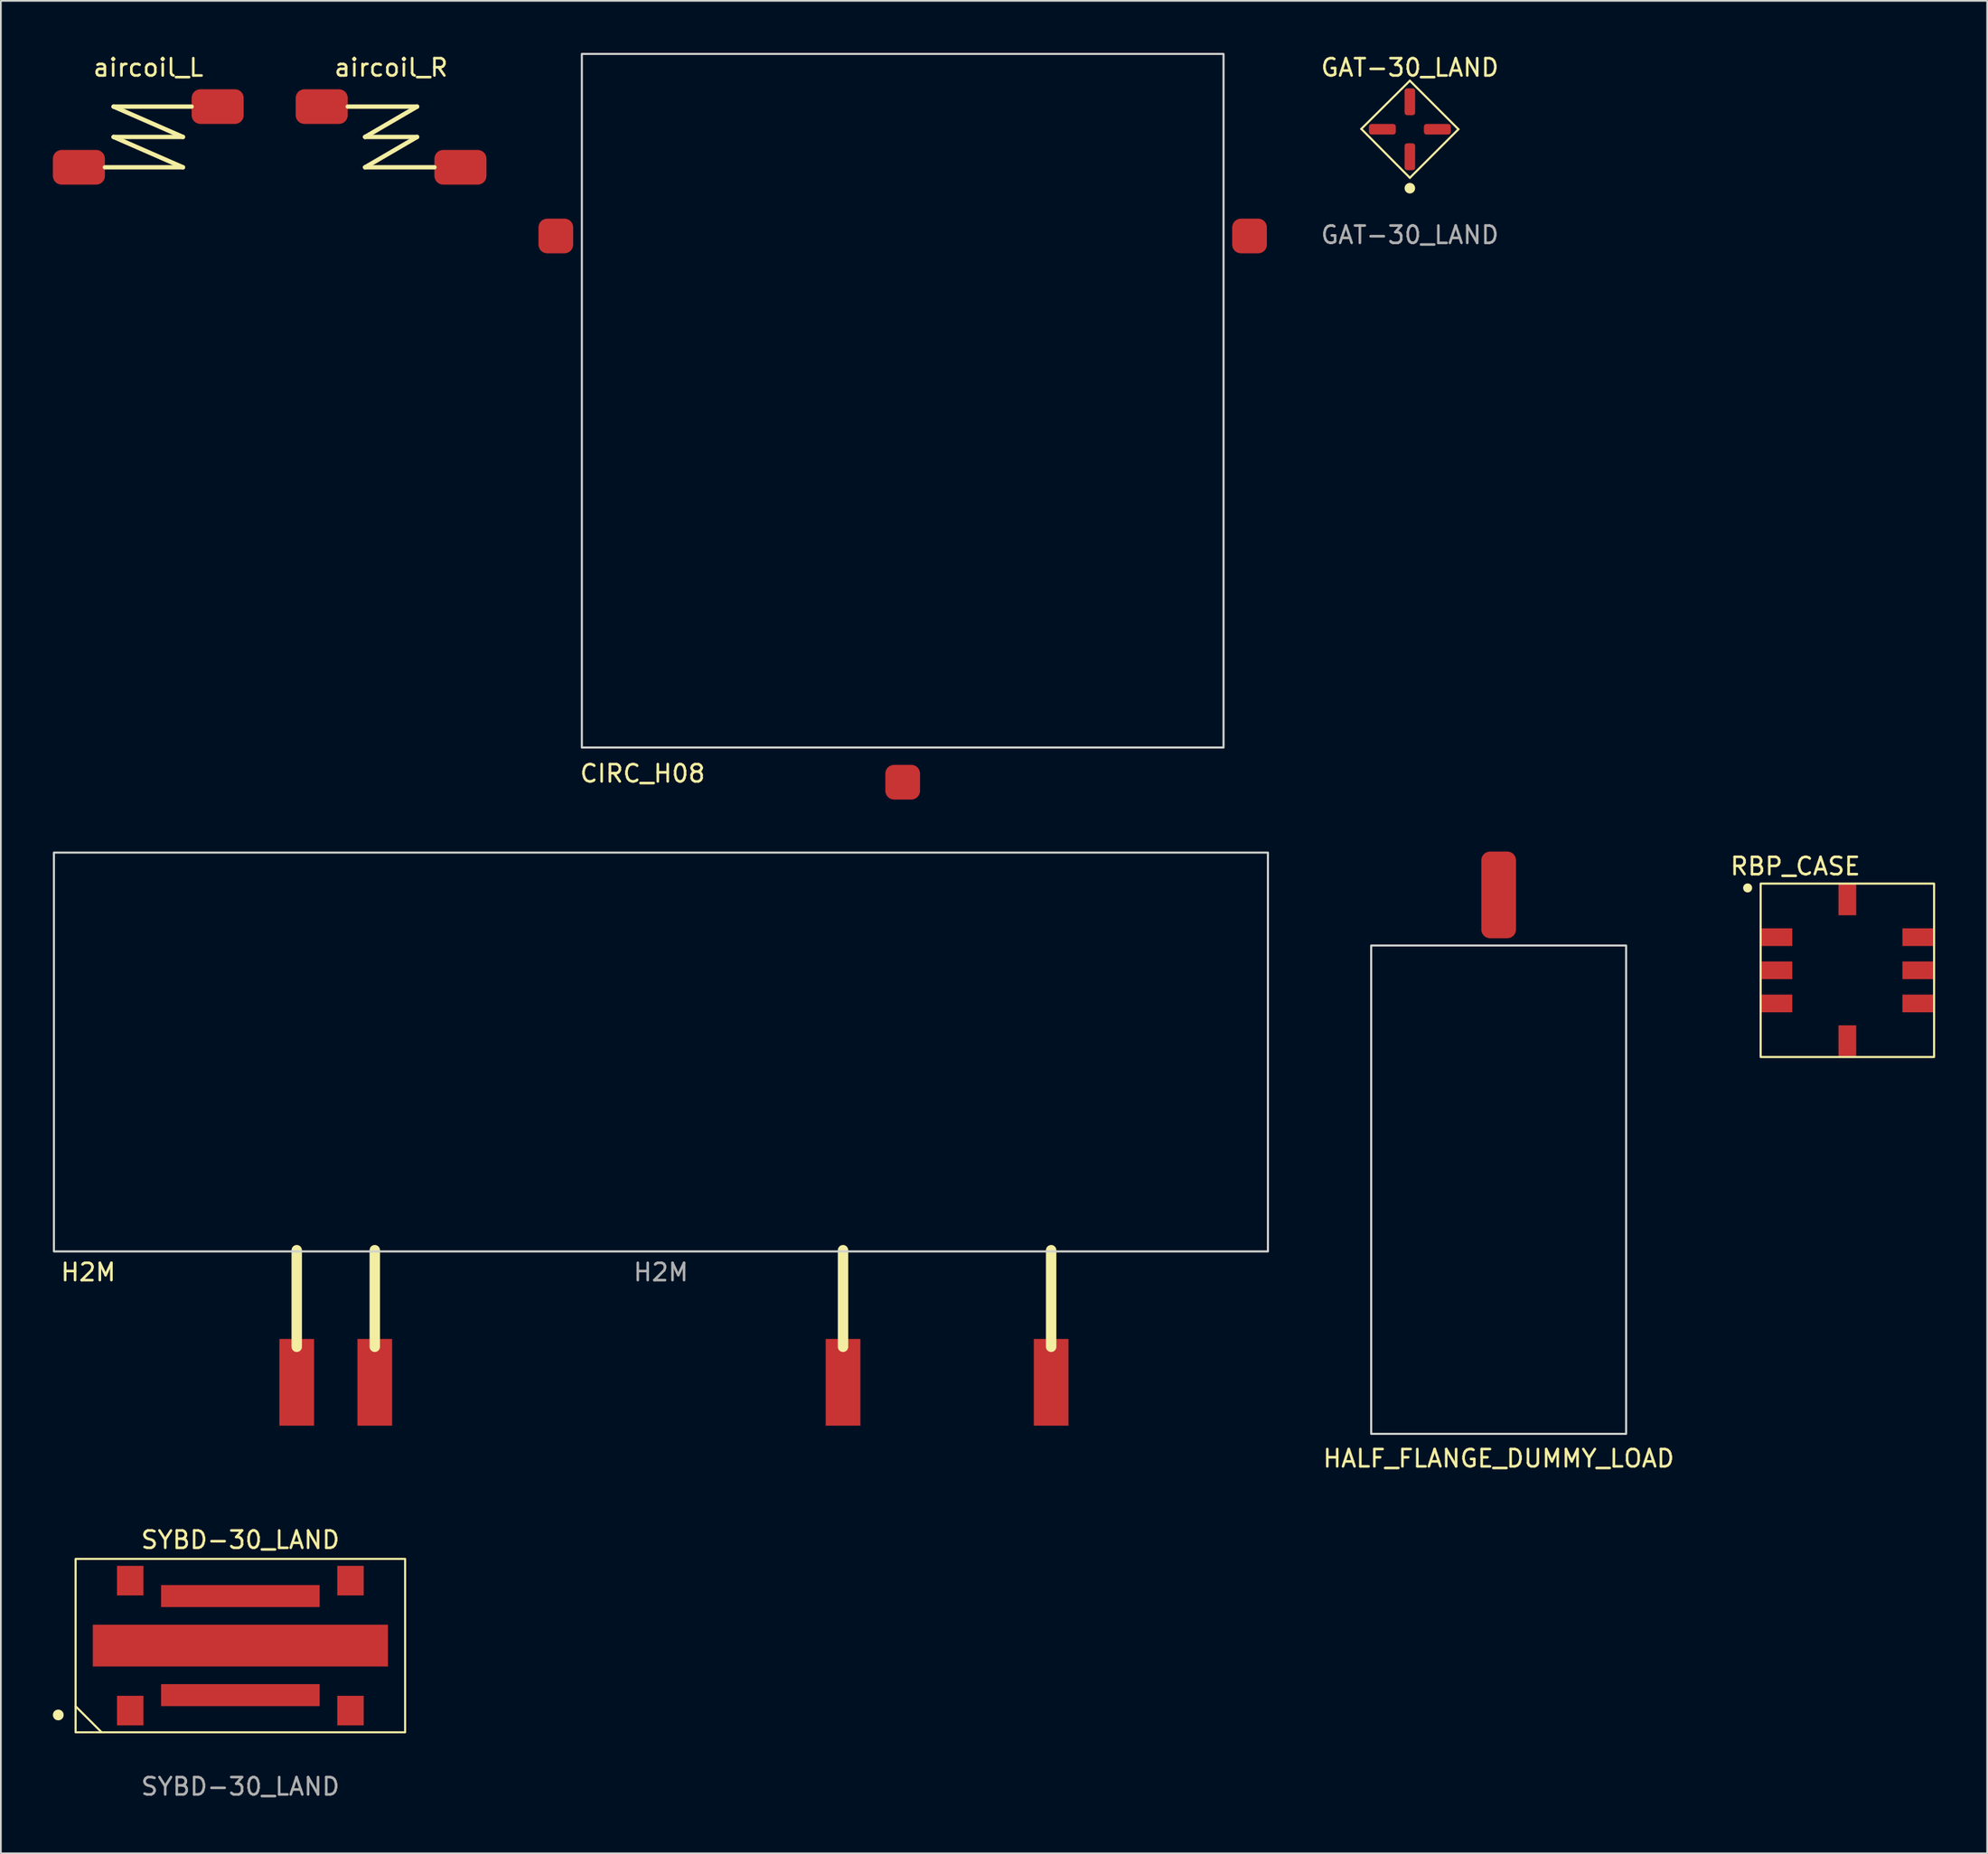
<source format=kicad_pcb>
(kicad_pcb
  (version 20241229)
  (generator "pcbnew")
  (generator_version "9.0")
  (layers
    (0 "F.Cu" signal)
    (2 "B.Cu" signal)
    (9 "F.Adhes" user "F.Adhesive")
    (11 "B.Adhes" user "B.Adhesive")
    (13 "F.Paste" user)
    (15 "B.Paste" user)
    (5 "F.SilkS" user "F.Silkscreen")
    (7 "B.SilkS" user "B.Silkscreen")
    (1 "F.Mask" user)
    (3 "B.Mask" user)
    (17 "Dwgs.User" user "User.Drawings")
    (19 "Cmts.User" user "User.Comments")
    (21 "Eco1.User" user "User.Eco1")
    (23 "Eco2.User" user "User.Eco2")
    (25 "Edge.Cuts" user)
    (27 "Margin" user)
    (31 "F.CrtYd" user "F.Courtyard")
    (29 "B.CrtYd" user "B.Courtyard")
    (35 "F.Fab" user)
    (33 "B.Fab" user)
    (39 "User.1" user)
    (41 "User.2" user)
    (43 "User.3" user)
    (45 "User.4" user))
  (footprint "aircoil_R"
    (layer "F.Cu")
    (at 19.5 4.848)
    (property "Reference" "aircoil_R" (at 0 -4 0) (unlocked yes) (layer "F.SilkS") (effects (font (size 1 1) (thickness 0.15))))
    (attr smd)
    (fp_line (start -2.5 -1.75) (end 1.5 -1.75) (stroke (width 0.25) (type default)) (layer "F.SilkS"))
    (fp_line (start -1.5 0) (end 1.5 0) (stroke (width 0.25) (type default)) (layer "F.SilkS"))
    (fp_line (start -1.5 1.75) (end 2.5 1.75) (stroke (width 0.25) (type default)) (layer "F.SilkS"))
    (fp_line (start 1.5 -1.75) (end -1.5 0) (stroke (width 0.25) (type default)) (layer "F.SilkS"))
    (fp_line (start 1.5 0) (end -1.5 1.75) (stroke (width 0.25) (type default)) (layer "F.SilkS"))
    (pad "1" smd roundrect (at -4 -1.75) (size 3 2) (layers "F.Cu" "F.Mask" "F.Paste") (roundrect_rratio 0.25))
    (pad "2" smd roundrect (at 4 1.75) (size 3 2) (layers "F.Cu" "F.Mask" "F.Paste") (roundrect_rratio 0.25)))
  (footprint "GAT-30_LAND"
    (layer "F.Cu")
    (at 78.244 4.404)
    (property "Reference" "GAT-30_LAND" (at 0 -3.556 0) (unlocked yes) (layer "F.SilkS") (effects (font (size 1 1) (thickness 0.15))))
    (attr smd)
    (fp_line (start -2.8 -0.02) (end 0 -2.8) (stroke (width 0.12) (type default)) (layer "F.SilkS"))
    (fp_line (start -2.8 -0.02) (end 0 2.8) (stroke (width 0.12) (type default)) (layer "F.SilkS"))
    (fp_line (start 0 -2.8) (end 2.8 0) (stroke (width 0.12) (type default)) (layer "F.SilkS"))
    (fp_line (start 0 2.8) (end 2.8 0) (stroke (width 0.12) (type default)) (layer "F.SilkS"))
    (fp_circle (center 0 3.4) (end 0.254 3.4) (stroke (width 0.1) (type solid)) (fill yes) (layer "F.SilkS"))
    (fp_text user "${REFERENCE}" (at 0 6.096 0) (unlocked yes) (layer "F.Fab") (effects (font (size 1 1) (thickness 0.15))))
    (pad "1" smd roundrect (at 0 1.585 270) (size 1.55 0.61) (layers "F.Cu" "F.Mask" "F.Paste") (roundrect_rratio 0.25))
    (pad "2" smd roundrect (at 1.585 0 180) (size 1.55 0.61) (layers "F.Cu" "F.Mask" "F.Paste") (roundrect_rratio 0.25))
    (pad "3" smd roundrect (at 0 -1.585 270) (size 1.55 0.61) (layers "F.Cu" "F.Mask" "F.Paste") (roundrect_rratio 0.25))
    (pad "4" smd roundrect (at -1.585 0 180) (size 1.55 0.61) (layers "F.Cu" "F.Mask" "F.Paste") (roundrect_rratio 0.25)))
  (footprint "H2M"
    (layer "F.Cu")
    (at 35.06 57.62)
    (property "Reference" "H2M" (at -33.02 12.7 0) (unlocked yes) (layer "F.SilkS") (effects (font (size 1 1) (thickness 0.15))))
    (attr smd)
    (fp_line (start -21 11.43) (end -21 17) (stroke (width 0.6) (type default)) (layer "F.SilkS"))
    (fp_line (start -16.5 11.43) (end -16.5 17) (stroke (width 0.6) (type default)) (layer "F.SilkS"))
    (fp_line (start 10.5 11.43) (end 10.5 17) (stroke (width 0.6) (type default)) (layer "F.SilkS"))
    (fp_line (start 22.5 11.43) (end 22.5 17) (stroke (width 0.6) (type default)) (layer "F.SilkS"))
    (fp_rect (start -35 -11.5) (end 35 11.5) (stroke (width 0.12) (type default)) (fill no) (layer "Edge.Cuts"))
    (fp_text user "${REFERENCE}" (at 0 12.7 0) (unlocked yes) (layer "F.Fab") (effects (font (size 1 1) (thickness 0.15))))
    (pad "1" smd rect (at -21 19.05 90) (size 5 2) (layers "F.Cu" "F.Mask"))
    (pad "2" smd rect (at -16.5 19.05 90) (size 5 2) (layers "F.Cu" "F.Mask"))
    (pad "3" smd rect (at 10.5 19.05 90) (size 5 2) (layers "F.Cu" "F.Mask"))
    (pad "4" smd rect (at 22.5 19.05 90) (size 5 2) (layers "F.Cu" "F.Mask")))
  (footprint "CIRC_H08"
    (layer "F.Cu")
    (at 49 20.06)
    (property "Reference" "CIRC_H08" (at -15 21.5 0) (unlocked yes) (layer "F.SilkS") (effects (font (size 1 1) (thickness 0.15))))
    (attr smd)
    (fp_rect (start 18.5 -20) (end -18.5 20) (stroke (width 0.12) (type default)) (fill no) (layer "Edge.Cuts"))
    (pad "1" smd roundrect (at -20 -9.5) (size 2 2) (layers "F.Cu" "F.Mask" "F.Paste") (roundrect_rratio 0.25))
    (pad "2" smd roundrect (at 20 -9.5) (size 2 2) (layers "F.Cu" "F.Mask" "F.Paste") (roundrect_rratio 0.25))
    (pad "3" smd roundrect (at 0 22 90) (size 2 2) (layers "F.Cu" "F.Mask" "F.Paste") (roundrect_rratio 0.25)))
  (footprint "HALF_FLANGE_DUMMY_LOAD"
    (layer "F.Cu")
    (at 83.364 65.56)
    (property "Reference" "HALF_FLANGE_DUMMY_LOAD" (at 0 15.5 0) (unlocked yes) (layer "F.SilkS") (effects (font (size 1 1) (thickness 0.15))))
    (attr smd)
    (fp_rect (start -7.35 -14.081) (end 7.35 14.081) (stroke (width 0.12) (type default)) (fill no) (layer "Edge.Cuts"))
    (pad "1" smd roundrect (at 0 -17 90) (size 5 2) (layers "F.Cu" "F.Mask" "F.Paste") (roundrect_rratio 0.25)))
  (footprint "RBP_CASE"
    (layer "F.Cu")
    (at 103.471 52.908)
    (property "Reference" "RBP_CASE" (at -3 -6 0) (unlocked yes) (layer "F.SilkS") (effects (font (size 1 1) (thickness 0.15))))
    (attr smd)
    (fp_rect (start -5 -5) (end 5 5) (stroke (width 0.12) (type default)) (fill no) (layer "F.SilkS"))
    (fp_circle (center -5.75 -4.75) (end -5.55 -4.75) (stroke (width 0.12) (type solid)) (fill yes) (layer "F.SilkS"))
    (pad "1" smd rect (at -4.065 -1.91) (size 1.78 1.02) (layers "F.Cu" "F.Mask" "F.Paste"))
    (pad "2" smd rect (at -4.065 0) (size 1.78 1.02) (layers "F.Cu" "F.Mask" "F.Paste"))
    (pad "3" smd rect (at -4.065 1.91) (size 1.78 1.02) (layers "F.Cu" "F.Mask" "F.Paste"))
    (pad "4" smd rect (at 0 4.065 90) (size 1.78 1.02) (layers "F.Cu" "F.Mask" "F.Paste"))
    (pad "5" smd rect (at 4.065 1.91 180) (size 1.78 1.02) (layers "F.Cu" "F.Mask" "F.Paste"))
    (pad "6" smd rect (at 4.065 0 180) (size 1.78 1.02) (layers "F.Cu" "F.Mask" "F.Paste"))
    (pad "7" smd rect (at 4.065 -1.91 180) (size 1.78 1.02) (layers "F.Cu" "F.Mask" "F.Paste"))
    (pad "8" smd rect (at 0 -4.065 270) (size 1.78 1.02) (layers "F.Cu" "F.Mask" "F.Paste")))
  (footprint "aircoil_L"
    (layer "F.Cu")
    (at 5.5 4.848)
    (property "Reference" "aircoil_L" (at 0 -4 0) (unlocked yes) (layer "F.SilkS") (effects (font (size 1 1) (thickness 0.15))))
    (attr smd)
    (fp_line (start -2.5 1.75) (end 2 1.75) (stroke (width 0.25) (type default)) (layer "F.SilkS"))
    (fp_line (start -2 -1.75) (end 2.5 -1.75) (stroke (width 0.25) (type default)) (layer "F.SilkS"))
    (fp_line (start -2 0) (end 2 0) (stroke (width 0.25) (type default)) (layer "F.SilkS"))
    (fp_line (start 2 0) (end -2 -1.75) (stroke (width 0.25) (type default)) (layer "F.SilkS"))
    (fp_line (start 2 1.75) (end -2 0) (stroke (width 0.25) (type default)) (layer "F.SilkS"))
    (pad "1" smd roundrect (at -4 1.75) (size 3 2) (layers "F.Cu" "F.Mask" "F.Paste") (roundrect_rratio 0.25))
    (pad "2" smd roundrect (at 4 -1.75) (size 3 2) (layers "F.Cu" "F.Mask" "F.Paste") (roundrect_rratio 0.25)))
  (footprint "SYBD-30_LAND"
    (layer "F.Cu")
    (at 10.81 91.853)
    (property "Reference" "SYBD-30_LAND" (at 0 -6.096 0) (unlocked yes) (layer "F.SilkS") (effects (font (size 1 1) (thickness 0.15))))
    (attr smd)
    (fp_line (start -9.5 3.5) (end -8 5) (stroke (width 0.12) (type default)) (layer "F.SilkS"))
    (fp_rect (start -9.5 -5) (end 9.5 5) (stroke (width 0.12) (type default)) (fill no) (layer "F.SilkS"))
    (fp_circle (center -10.5 4) (end -10.25 4) (stroke (width 0.12) (type solid)) (fill yes) (layer "F.SilkS"))
    (fp_text user "${REFERENCE}" (at 0 8.128 0) (unlocked yes) (layer "F.Fab") (effects (font (size 1 1) (thickness 0.15))))
    (dimension (type aligned) (layer "User.1") (pts (xy 17.16 88.106) (xy 17.16 95.599)) (height -3.81) (format (prefix "") (suffix "") (units 0) (units_format 1) (precision 4)) (style (thickness 0.12) (arrow_length 1.27) (text_position_mode 2) (arrow_direction outward) (extension_height 0.586) (extension_offset 0.5) (keep_text_aligned yes)) (gr_text "0.2950 in" (at 22.494 91.853 90) (layer "User.1") (effects (font (size 1 1) (thickness 0.15)))))
    (dimension (type aligned) (layer "User.1") (pts (xy 4.46 95.995) (xy 17.16 95.995)) (height 2.857) (format (prefix "") (suffix "") (units 0) (units_format 1) (precision 4)) (style (thickness 0.12) (arrow_length 1.27) (text_position_mode 0) (arrow_direction outward) (extension_height 0.586) (extension_offset 0.5) (keep_text_aligned yes)) (gr_text "0.5000 in" (at 10.81 97.703 0) (layer "User.1") (effects (font (size 1 1) (thickness 0.15)))))
    (pad "1" smd rect (at -6.35 3.747) (size 1.524 1.702) (layers "F.Cu" "F.Mask" "F.Paste"))
    (pad "2" smd rect (at 6.35 3.747) (size 1.524 1.702) (layers "F.Cu" "F.Mask" "F.Paste"))
    (pad "3" smd rect (at 6.35 -3.747) (size 1.524 1.702) (layers "F.Cu" "F.Mask" "F.Paste"))
    (pad "4" smd rect (at -6.35 -3.747) (size 1.524 1.702) (layers "F.Cu" "F.Mask" "F.Paste"))
    (pad "5" smd rect (at 0 -2.857) (size 9.144 1.27) (layers "F.Cu" "F.Mask" "F.Paste"))
    (pad "5" smd rect (at 0 0) (size 17.018 2.413) (layers "F.Cu" "F.Mask" "F.Paste"))
    (pad "5" smd rect (at 0 2.857) (size 9.144 1.27) (layers "F.Cu" "F.Mask" "F.Paste")))
  (gr_rect
    (start -3 -3)
    (end 111.531 103.829)
    (stroke (width 0.1) (type default))
    (fill no)
    (layer "Edge.Cuts")))
</source>
